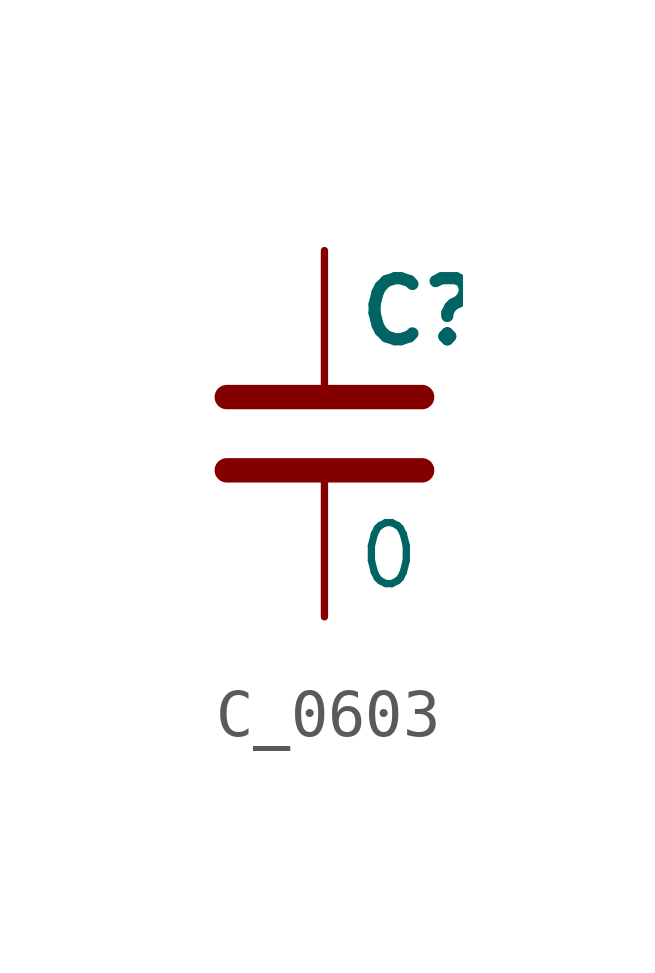
<source format=kicad_sym>
(kicad_symbol_lib
  (version 20220914)
  (generator kicad_symbol_editor)
  (symbol "C_0603"
    (pin_numbers hide)
    (pin_names
      (offset 0.254))
    (property "Reference" "C"
      (at 0.635 2.54 0)
      (effects (font (size 1.27 1.27) bold) (justify left)))
    (property "Value" "0"
      (at 0.635 -2.54 0)
      (effects (font (size 1.27 1.27)) (justify left)))
    (symbol "C_0603_0_1"
      (polyline (pts (xy -2.032 -0.762) (xy 2.032 -0.762)) (stroke (width 0.508) (type default)) (fill (type none)))
      (polyline (pts (xy -2.032 0.762) (xy 2.032 0.762)) (stroke (width 0.508) (type default)) (fill (type none))))
    (symbol "C_0603_1_1"
      (pin passive line (at 0 3.81 270) (length 2.794) (name "~" (effects (font (size 1.27 1.27)))) (number "1" (effects (font (size 1.27 1.27)))))
      (pin passive line (at 0 -3.81 90) (length 2.794) (name "~" (effects (font (size 1.27 1.27)))) (number "2" (effects (font (size 1.27 1.27))))))))
</source>
